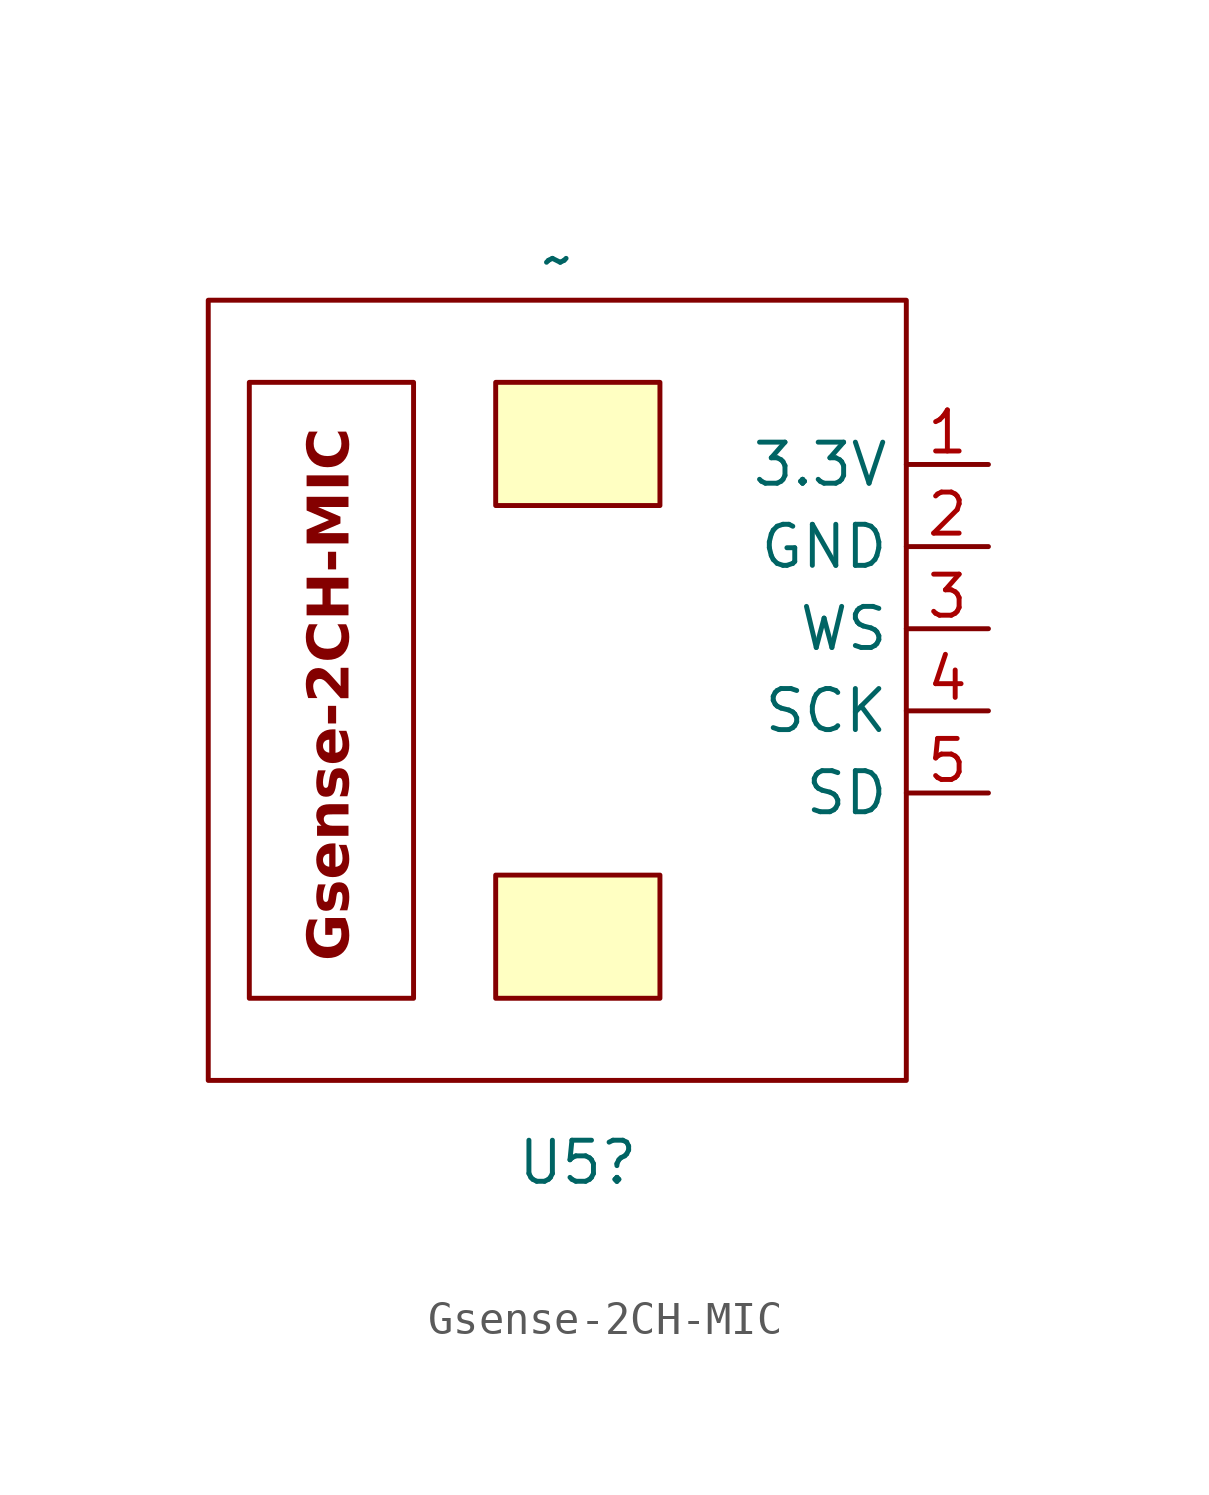
<source format=kicad_sym>
(kicad_symbol_lib
  (version 20241209)
  (generator "kicad_symbol_editor")
  (generator_version "9.0")
  (symbol "Gsense-2CH-MIC"
    (property "Reference" "U5"
      (at 0 -15.24 0)
      (effects (font (size 1.27 1.27))))
    (property "Value" "~"
      (at -0.635 12.7 0)
      (effects (font (size 1.27 1.27))))
    (symbol "Gsense-2CH-MIC_0_1"
      (rectangle (start -11.43 11.43) (end 10.16 -12.7) (stroke (width 0) (type default)) (fill (type none))))
    (symbol "Gsense-2CH-MIC_1_1"
      (rectangle (start -10.16 8.89) (end -5.08 -10.16) (stroke (width 0) (type default)) (fill (type none)))
      (rectangle (start -2.54 8.89) (end 2.54 5.08) (stroke (width 0) (type solid)) (fill (type background)))
      (rectangle (start -2.54 -6.35) (end 2.54 -10.16) (stroke (width 0) (type solid)) (fill (type background)))
      (text "Gsense-2CH-MIC" (at -7.62 -0.762 900) (effects (font (face "Lexend") (size 1.27 1.27) (bold yes))))
      (pin power_in line (at 12.7 6.35 180) (length 2.54) (name "3.3V" (effects (font (size 1.27 1.27)))) (number "1" (effects (font (size 1.27 1.27)))))
      (pin power_in line (at 12.7 3.81 180) (length 2.54) (name "GND" (effects (font (size 1.27 1.27)))) (number "2" (effects (font (size 1.27 1.27)))))
      (pin bidirectional line (at 12.7 1.27 180) (length 2.54) (name "WS" (effects (font (size 1.27 1.27)))) (number "3" (effects (font (size 1.27 1.27)))))
      (pin bidirectional line (at 12.7 -1.27 180) (length 2.54) (name "SCK" (effects (font (size 1.27 1.27)))) (number "4" (effects (font (size 1.27 1.27)))))
      (pin bidirectional line (at 12.7 -3.81 180) (length 2.54) (name "SD" (effects (font (size 1.27 1.27)))) (number "5" (effects (font (size 1.27 1.27))))))))
</source>
